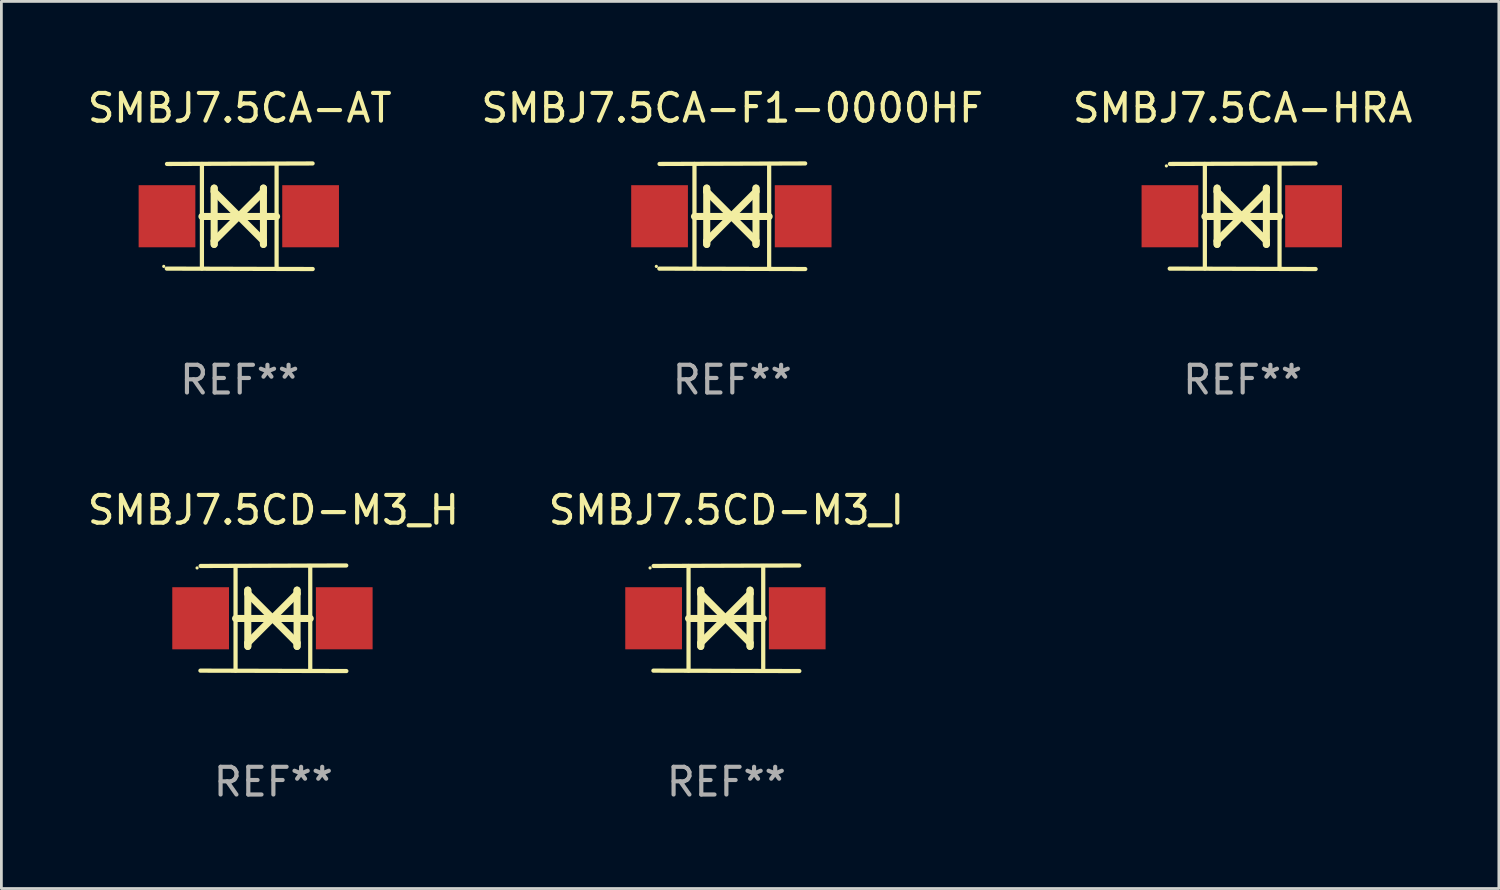
<source format=kicad_pcb>
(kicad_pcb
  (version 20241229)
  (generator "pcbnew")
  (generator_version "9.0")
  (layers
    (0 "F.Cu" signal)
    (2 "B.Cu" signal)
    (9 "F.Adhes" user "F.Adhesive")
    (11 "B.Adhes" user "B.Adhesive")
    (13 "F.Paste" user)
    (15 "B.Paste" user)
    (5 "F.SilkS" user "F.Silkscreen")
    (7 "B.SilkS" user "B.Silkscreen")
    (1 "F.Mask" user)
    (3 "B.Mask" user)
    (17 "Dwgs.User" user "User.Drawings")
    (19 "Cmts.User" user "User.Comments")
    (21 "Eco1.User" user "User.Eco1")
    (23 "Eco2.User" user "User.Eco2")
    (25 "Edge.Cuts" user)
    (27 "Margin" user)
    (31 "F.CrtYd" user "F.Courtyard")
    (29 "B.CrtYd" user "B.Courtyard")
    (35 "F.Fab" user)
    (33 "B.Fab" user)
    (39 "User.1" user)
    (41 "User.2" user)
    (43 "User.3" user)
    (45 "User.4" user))
  (footprint "SMBJ7.5CA-AT"
    (layer "F.Cu")
    (at 5.601 4.753)
    (property "Reference" "SMBJ7.5CA-AT" (at 0 -3.905 0) (layer "F.SilkS") (effects (font (size 1 1) (thickness 0.15))))
    (attr through_hole)
    (fp_line (start -1.365 1.886) (end -1.365 -1.886) (stroke (width 0.152) (type solid)) (layer "F.SilkS"))
    (fp_line (start -1.365 0.008) (end 1.33 0.008) (stroke (width 0.254) (type solid)) (layer "F.SilkS"))
    (fp_line (start -0.923 -1.016) (end -0.923 1.016) (stroke (width 0.254) (type solid)) (layer "F.SilkS"))
    (fp_line (start -0.923 -0.889) (end -0.923 -1.016) (stroke (width 0.254) (type solid)) (layer "F.SilkS"))
    (fp_line (start -0.923 0.889) (end -0.034 0) (stroke (width 0.254) (type solid)) (layer "F.SilkS"))
    (fp_line (start -0.923 1.016) (end -0.923 0.889) (stroke (width 0.254) (type solid)) (layer "F.SilkS"))
    (fp_line (start -0.034 0) (end -0.923 -0.889) (stroke (width 0.254) (type solid)) (layer "F.SilkS"))
    (fp_line (start -0.034 0) (end 0.855 0.889) (stroke (width 0.254) (type solid)) (layer "F.SilkS"))
    (fp_line (start 0.855 -1.016) (end 0.855 -0.889) (stroke (width 0.254) (type solid)) (layer "F.SilkS"))
    (fp_line (start 0.855 -0.889) (end -0.034 0) (stroke (width 0.254) (type solid)) (layer "F.SilkS"))
    (fp_line (start 0.855 0.889) (end 0.855 1.016) (stroke (width 0.254) (type solid)) (layer "F.SilkS"))
    (fp_line (start 0.855 1.016) (end 0.855 -1.016) (stroke (width 0.254) (type solid)) (layer "F.SilkS"))
    (fp_line (start 1.33 1.886) (end 1.33 -1.886) (stroke (width 0.152) (type solid)) (layer "F.SilkS"))
    (fp_line (start 2.629 -1.905) (end -2.625 -1.887) (stroke (width 0.152) (type solid)) (layer "F.SilkS"))
    (fp_line (start 2.633 1.905) (end -2.633 1.89) (stroke (width 0.152) (type solid)) (layer "F.SilkS"))
    (fp_circle (center -2.741 1.81) (end -2.711 1.81) (stroke (width 0.06) (type solid)) (fill no) (layer "F.SilkS"))
    (fp_text user "REF**" (at 0 5.905 0) (layer "F.Fab") (effects (font (size 1 1) (thickness 0.15))))
    (pad "1" smd rect (at -2.625 0) (size 2.047 2.241) (layers "F.Cu" "F.Mask" "F.Paste"))
    (pad "2" smd rect (at 2.557 0) (size 2.047 2.241) (layers "F.Cu" "F.Mask" "F.Paste")))
  (footprint "SMBJ7.5CD-M3_H"
    (layer "F.Cu")
    (at 6.815 19.26)
    (property "Reference" "SMBJ7.5CD-M3_H" (at 0 -3.905 0) (layer "F.SilkS") (effects (font (size 1 1) (thickness 0.15))))
    (attr through_hole)
    (fp_line (start -1.365 1.886) (end -1.365 -1.886) (stroke (width 0.152) (type solid)) (layer "F.SilkS"))
    (fp_line (start -1.365 0.008) (end 1.33 0.008) (stroke (width 0.254) (type solid)) (layer "F.SilkS"))
    (fp_line (start -0.923 -1.016) (end -0.923 1.016) (stroke (width 0.254) (type solid)) (layer "F.SilkS"))
    (fp_line (start -0.923 -0.889) (end -0.923 -1.016) (stroke (width 0.254) (type solid)) (layer "F.SilkS"))
    (fp_line (start -0.923 0.889) (end -0.034 0) (stroke (width 0.254) (type solid)) (layer "F.SilkS"))
    (fp_line (start -0.923 1.016) (end -0.923 0.889) (stroke (width 0.254) (type solid)) (layer "F.SilkS"))
    (fp_line (start -0.034 0) (end -0.923 -0.889) (stroke (width 0.254) (type solid)) (layer "F.SilkS"))
    (fp_line (start -0.034 0) (end 0.855 0.889) (stroke (width 0.254) (type solid)) (layer "F.SilkS"))
    (fp_line (start 0.855 -1.016) (end 0.855 -0.889) (stroke (width 0.254) (type solid)) (layer "F.SilkS"))
    (fp_line (start 0.855 -0.889) (end -0.034 0) (stroke (width 0.254) (type solid)) (layer "F.SilkS"))
    (fp_line (start 0.855 0.889) (end 0.855 1.016) (stroke (width 0.254) (type solid)) (layer "F.SilkS"))
    (fp_line (start 0.855 1.016) (end 0.855 -1.016) (stroke (width 0.254) (type solid)) (layer "F.SilkS"))
    (fp_line (start 1.33 1.886) (end 1.33 -1.886) (stroke (width 0.152) (type solid)) (layer "F.SilkS"))
    (fp_line (start 2.629 -1.905) (end -2.625 -1.887) (stroke (width 0.152) (type solid)) (layer "F.SilkS"))
    (fp_line (start 2.633 1.905) (end -2.633 1.89) (stroke (width 0.152) (type solid)) (layer "F.SilkS"))
    (fp_circle (center -2.753 -1.816) (end -2.723 -1.816) (stroke (width 0.06) (type solid)) (fill no) (layer "F.SilkS"))
    (fp_text user "REF**" (at 0 5.905 0) (layer "F.Fab") (effects (font (size 1 1) (thickness 0.15))))
    (pad "1" smd rect (at -2.625 0) (size 2.047 2.241) (layers "F.Cu" "F.Mask" "F.Paste"))
    (pad "2" smd rect (at 2.557 0) (size 2.047 2.241) (layers "F.Cu" "F.Mask" "F.Paste")))
  (footprint "SMBJ7.5CA-F1-0000HF"
    (layer "F.Cu")
    (at 23.375 4.753)
    (property "Reference" "SMBJ7.5CA-F1-0000HF" (at 0 -3.905 0) (layer "F.SilkS") (effects (font (size 1 1) (thickness 0.15))))
    (attr through_hole)
    (fp_line (start -1.365 1.886) (end -1.365 -1.886) (stroke (width 0.152) (type solid)) (layer "F.SilkS"))
    (fp_line (start -1.365 0.008) (end 1.33 0.008) (stroke (width 0.254) (type solid)) (layer "F.SilkS"))
    (fp_line (start -0.923 -1.016) (end -0.923 1.016) (stroke (width 0.254) (type solid)) (layer "F.SilkS"))
    (fp_line (start -0.923 -0.889) (end -0.923 -1.016) (stroke (width 0.254) (type solid)) (layer "F.SilkS"))
    (fp_line (start -0.923 0.889) (end -0.034 0) (stroke (width 0.254) (type solid)) (layer "F.SilkS"))
    (fp_line (start -0.923 1.016) (end -0.923 0.889) (stroke (width 0.254) (type solid)) (layer "F.SilkS"))
    (fp_line (start -0.034 0) (end -0.923 -0.889) (stroke (width 0.254) (type solid)) (layer "F.SilkS"))
    (fp_line (start -0.034 0) (end 0.855 0.889) (stroke (width 0.254) (type solid)) (layer "F.SilkS"))
    (fp_line (start 0.855 -1.016) (end 0.855 -0.889) (stroke (width 0.254) (type solid)) (layer "F.SilkS"))
    (fp_line (start 0.855 -0.889) (end -0.034 0) (stroke (width 0.254) (type solid)) (layer "F.SilkS"))
    (fp_line (start 0.855 0.889) (end 0.855 1.016) (stroke (width 0.254) (type solid)) (layer "F.SilkS"))
    (fp_line (start 0.855 1.016) (end 0.855 -1.016) (stroke (width 0.254) (type solid)) (layer "F.SilkS"))
    (fp_line (start 1.33 1.886) (end 1.33 -1.886) (stroke (width 0.152) (type solid)) (layer "F.SilkS"))
    (fp_line (start 2.629 -1.905) (end -2.625 -1.887) (stroke (width 0.152) (type solid)) (layer "F.SilkS"))
    (fp_line (start 2.633 1.905) (end -2.633 1.89) (stroke (width 0.152) (type solid)) (layer "F.SilkS"))
    (fp_circle (center -2.741 1.81) (end -2.711 1.81) (stroke (width 0.06) (type solid)) (fill no) (layer "F.SilkS"))
    (fp_text user "REF**" (at 0 5.905 0) (layer "F.Fab") (effects (font (size 1 1) (thickness 0.15))))
    (pad "1" smd rect (at -2.625 0) (size 2.047 2.241) (layers "F.Cu" "F.Mask" "F.Paste"))
    (pad "2" smd rect (at 2.557 0) (size 2.047 2.241) (layers "F.Cu" "F.Mask" "F.Paste")))
  (footprint "SMBJ7.5CA-HRA"
    (layer "F.Cu")
    (at 41.792 4.753)
    (property "Reference" "SMBJ7.5CA-HRA" (at 0 -3.905 0) (layer "F.SilkS") (effects (font (size 1 1) (thickness 0.15))))
    (attr through_hole)
    (fp_line (start -1.365 1.886) (end -1.365 -1.886) (stroke (width 0.152) (type solid)) (layer "F.SilkS"))
    (fp_line (start -1.365 0.008) (end 1.33 0.008) (stroke (width 0.254) (type solid)) (layer "F.SilkS"))
    (fp_line (start -0.923 -1.016) (end -0.923 1.016) (stroke (width 0.254) (type solid)) (layer "F.SilkS"))
    (fp_line (start -0.923 -0.889) (end -0.923 -1.016) (stroke (width 0.254) (type solid)) (layer "F.SilkS"))
    (fp_line (start -0.923 0.889) (end -0.034 0) (stroke (width 0.254) (type solid)) (layer "F.SilkS"))
    (fp_line (start -0.923 1.016) (end -0.923 0.889) (stroke (width 0.254) (type solid)) (layer "F.SilkS"))
    (fp_line (start -0.034 0) (end -0.923 -0.889) (stroke (width 0.254) (type solid)) (layer "F.SilkS"))
    (fp_line (start -0.034 0) (end 0.855 0.889) (stroke (width 0.254) (type solid)) (layer "F.SilkS"))
    (fp_line (start 0.855 -1.016) (end 0.855 -0.889) (stroke (width 0.254) (type solid)) (layer "F.SilkS"))
    (fp_line (start 0.855 -0.889) (end -0.034 0) (stroke (width 0.254) (type solid)) (layer "F.SilkS"))
    (fp_line (start 0.855 0.889) (end 0.855 1.016) (stroke (width 0.254) (type solid)) (layer "F.SilkS"))
    (fp_line (start 0.855 1.016) (end 0.855 -1.016) (stroke (width 0.254) (type solid)) (layer "F.SilkS"))
    (fp_line (start 1.33 1.886) (end 1.33 -1.886) (stroke (width 0.152) (type solid)) (layer "F.SilkS"))
    (fp_line (start 2.629 -1.905) (end -2.625 -1.887) (stroke (width 0.152) (type solid)) (layer "F.SilkS"))
    (fp_line (start 2.633 1.905) (end -2.633 1.89) (stroke (width 0.152) (type solid)) (layer "F.SilkS"))
    (fp_circle (center -2.753 -1.816) (end -2.723 -1.816) (stroke (width 0.06) (type solid)) (fill no) (layer "F.SilkS"))
    (fp_text user "REF**" (at 0 5.905 0) (layer "F.Fab") (effects (font (size 1 1) (thickness 0.15))))
    (pad "1" smd rect (at -2.625 0) (size 2.047 2.241) (layers "F.Cu" "F.Mask" "F.Paste"))
    (pad "2" smd rect (at 2.557 0) (size 2.047 2.241) (layers "F.Cu" "F.Mask" "F.Paste")))
  (footprint "SMBJ7.5CD-M3_I"
    (layer "F.Cu")
    (at 23.161 19.26)
    (property "Reference" "SMBJ7.5CD-M3_I" (at 0 -3.905 0) (layer "F.SilkS") (effects (font (size 1 1) (thickness 0.15))))
    (attr through_hole)
    (fp_line (start -1.365 1.886) (end -1.365 -1.886) (stroke (width 0.152) (type solid)) (layer "F.SilkS"))
    (fp_line (start -1.365 0.008) (end 1.33 0.008) (stroke (width 0.254) (type solid)) (layer "F.SilkS"))
    (fp_line (start -0.923 -1.016) (end -0.923 1.016) (stroke (width 0.254) (type solid)) (layer "F.SilkS"))
    (fp_line (start -0.923 -0.889) (end -0.923 -1.016) (stroke (width 0.254) (type solid)) (layer "F.SilkS"))
    (fp_line (start -0.923 0.889) (end -0.034 0) (stroke (width 0.254) (type solid)) (layer "F.SilkS"))
    (fp_line (start -0.923 1.016) (end -0.923 0.889) (stroke (width 0.254) (type solid)) (layer "F.SilkS"))
    (fp_line (start -0.034 0) (end -0.923 -0.889) (stroke (width 0.254) (type solid)) (layer "F.SilkS"))
    (fp_line (start -0.034 0) (end 0.855 0.889) (stroke (width 0.254) (type solid)) (layer "F.SilkS"))
    (fp_line (start 0.855 -1.016) (end 0.855 -0.889) (stroke (width 0.254) (type solid)) (layer "F.SilkS"))
    (fp_line (start 0.855 -0.889) (end -0.034 0) (stroke (width 0.254) (type solid)) (layer "F.SilkS"))
    (fp_line (start 0.855 0.889) (end 0.855 1.016) (stroke (width 0.254) (type solid)) (layer "F.SilkS"))
    (fp_line (start 0.855 1.016) (end 0.855 -1.016) (stroke (width 0.254) (type solid)) (layer "F.SilkS"))
    (fp_line (start 1.33 1.886) (end 1.33 -1.886) (stroke (width 0.152) (type solid)) (layer "F.SilkS"))
    (fp_line (start 2.629 -1.905) (end -2.625 -1.887) (stroke (width 0.152) (type solid)) (layer "F.SilkS"))
    (fp_line (start 2.633 1.905) (end -2.633 1.89) (stroke (width 0.152) (type solid)) (layer "F.SilkS"))
    (fp_circle (center -2.753 -1.816) (end -2.723 -1.816) (stroke (width 0.06) (type solid)) (fill no) (layer "F.SilkS"))
    (fp_text user "REF**" (at 0 5.905 0) (layer "F.Fab") (effects (font (size 1 1) (thickness 0.15))))
    (pad "1" smd rect (at -2.625 0) (size 2.047 2.241) (layers "F.Cu" "F.Mask" "F.Paste"))
    (pad "2" smd rect (at 2.557 0) (size 2.047 2.241) (layers "F.Cu" "F.Mask" "F.Paste")))
  (gr_rect
    (start -3 -3)
    (end 51.036 29.013)
    (stroke (width 0.1) (type default))
    (fill no)
    (layer "Edge.Cuts")))
</source>
